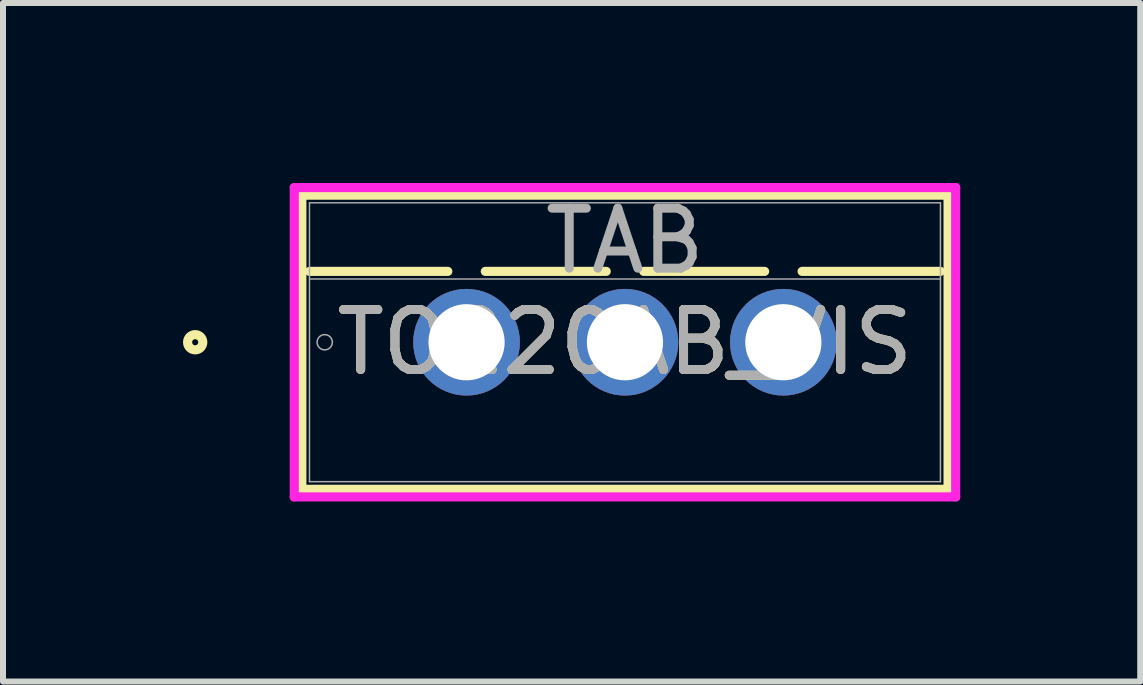
<source format=kicad_pcb>
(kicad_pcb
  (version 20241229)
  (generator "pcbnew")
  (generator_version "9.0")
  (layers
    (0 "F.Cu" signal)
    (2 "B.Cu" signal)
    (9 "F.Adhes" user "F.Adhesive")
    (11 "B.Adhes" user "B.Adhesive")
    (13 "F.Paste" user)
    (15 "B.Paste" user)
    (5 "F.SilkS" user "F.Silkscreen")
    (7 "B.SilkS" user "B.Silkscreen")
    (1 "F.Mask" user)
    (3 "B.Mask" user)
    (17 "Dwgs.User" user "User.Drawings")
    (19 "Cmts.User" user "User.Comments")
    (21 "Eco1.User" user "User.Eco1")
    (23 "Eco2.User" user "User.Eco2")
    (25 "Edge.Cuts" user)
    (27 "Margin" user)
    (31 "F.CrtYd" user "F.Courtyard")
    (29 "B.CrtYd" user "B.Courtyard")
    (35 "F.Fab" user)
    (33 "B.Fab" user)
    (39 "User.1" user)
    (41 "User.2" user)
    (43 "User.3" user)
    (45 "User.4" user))
  (footprint "TO220AB_VIS"
    (layer "F.Cu")
    (at 4.726 2.654)
    (property "Reference" "TO220AB_VIS" (at 2.64 0 0) (unlocked yes) (layer "F.SilkS") (effects (font (size 1 1) (thickness 0.15))))
    (attr through_hole)
    (fp_line (start -2.745 -2.451) (end -2.745 2.451) (stroke (width 0.152) (type solid)) (layer "F.SilkS"))
    (fp_line (start -2.745 2.451) (end 8.025 2.451) (stroke (width 0.152) (type solid)) (layer "F.SilkS"))
    (fp_line (start -2.618 -1.181) (end -0.312 -1.181) (stroke (width 0.152) (type solid)) (layer "F.SilkS"))
    (fp_line (start 0.312 -1.181) (end 2.328 -1.181) (stroke (width 0.152) (type solid)) (layer "F.SilkS"))
    (fp_line (start 2.952 -1.181) (end 4.968 -1.181) (stroke (width 0.152) (type solid)) (layer "F.SilkS"))
    (fp_line (start 5.592 -1.181) (end 7.898 -1.181) (stroke (width 0.152) (type solid)) (layer "F.SilkS"))
    (fp_line (start 8.025 -2.451) (end -2.745 -2.451) (stroke (width 0.152) (type solid)) (layer "F.SilkS"))
    (fp_line (start 8.025 2.451) (end 8.025 -2.451) (stroke (width 0.152) (type solid)) (layer "F.SilkS"))
    (fp_circle (center -4.523 0) (end -4.396 0) (stroke (width 0.152) (type solid)) (fill no) (layer "F.SilkS"))
    (fp_line (start -2.872 -2.578) (end -2.872 2.578) (stroke (width 0.152) (type solid)) (layer "F.CrtYd"))
    (fp_line (start -2.872 2.578) (end 8.152 2.578) (stroke (width 0.152) (type solid)) (layer "F.CrtYd"))
    (fp_line (start 8.152 -2.578) (end -2.872 -2.578) (stroke (width 0.152) (type solid)) (layer "F.CrtYd"))
    (fp_line (start 8.152 2.578) (end 8.152 -2.578) (stroke (width 0.152) (type solid)) (layer "F.CrtYd"))
    (fp_line (start -2.618 -2.324) (end -2.618 2.324) (stroke (width 0.025) (type solid)) (layer "F.Fab"))
    (fp_line (start -2.618 -1.054) (end 7.898 -1.054) (stroke (width 0.025) (type solid)) (layer "F.Fab"))
    (fp_line (start -2.618 2.324) (end 7.898 2.324) (stroke (width 0.025) (type solid)) (layer "F.Fab"))
    (fp_line (start 7.898 -2.324) (end -2.618 -2.324) (stroke (width 0.025) (type solid)) (layer "F.Fab"))
    (fp_line (start 7.898 2.324) (end 7.898 -2.324) (stroke (width 0.025) (type solid)) (layer "F.Fab"))
    (fp_circle (center -2.364 0) (end -2.237 0) (stroke (width 0.025) (type solid)) (fill no) (layer "F.Fab"))
    (fp_text user "${REFERENCE}" (at 2.64 0 0) (unlocked yes) (layer "F.Fab") (effects (font (size 1 1) (thickness 0.15))))
    (fp_text user "TAB" (at 2.64 -1.689 0) (unlocked yes) (layer "F.Fab") (effects (font (size 1 1) (thickness 0.15))))
    (pad "1" thru_hole circle (at 0 0) (size 1.778 1.778) (drill 1.27) (layers "*.Cu" "*.Mask"))
    (pad "2" thru_hole circle (at 2.64 0) (size 1.778 1.778) (drill 1.27) (layers "*.Cu" "*.Mask"))
    (pad "3" thru_hole circle (at 5.28 0) (size 1.778 1.778) (drill 1.27) (layers "*.Cu" "*.Mask")))
  (gr_rect
    (start -3 -3)
    (end 15.954 8.309)
    (stroke (width 0.1) (type default))
    (fill no)
    (layer "Edge.Cuts")))
</source>
